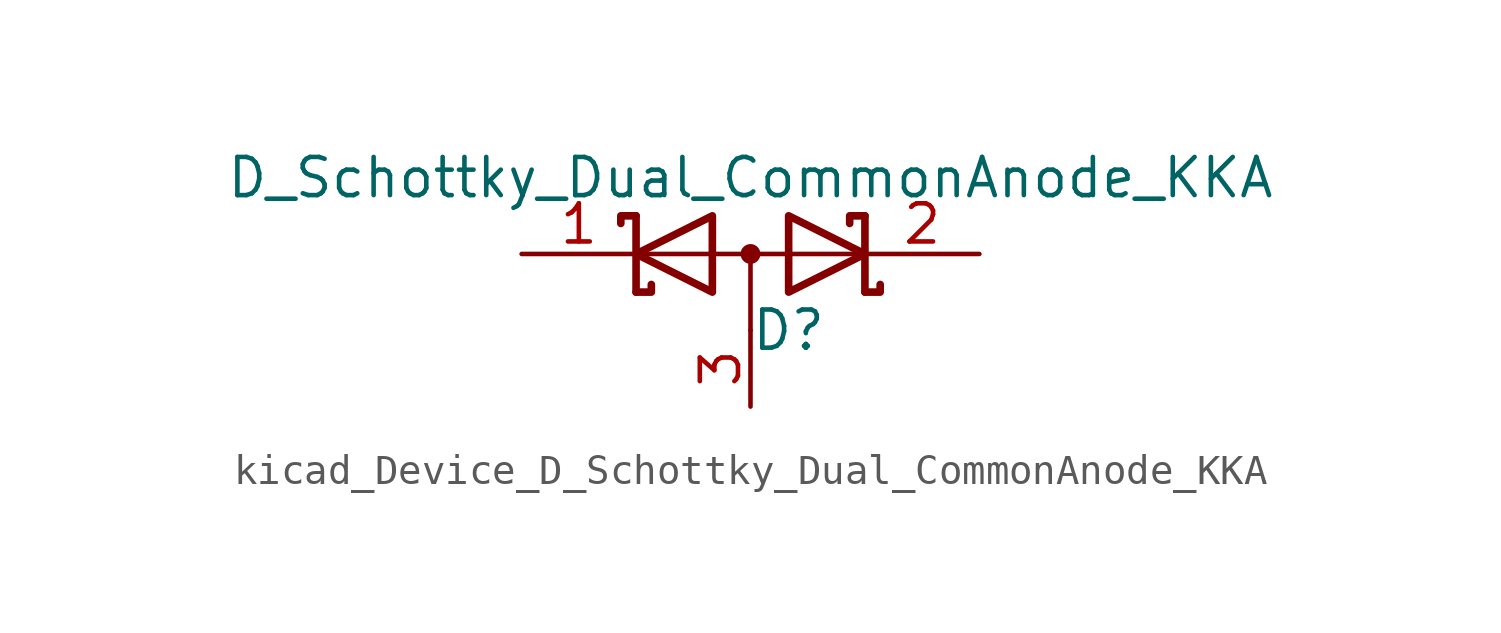
<source format=kicad_sym>
(kicad_symbol_lib
  (version 20220914)
  (generator kicad_symbol_editor)
  (symbol "kicad_Device_D_Schottky_Dual_CommonAnode_KKA"
    (pin_names
      (offset 0.762) hide)
    (property "Reference" "D"
      (at 1.27 -2.54 0)
      (effects (font (size 1.27 1.27))))
    (property "Value" "D_Schottky_Dual_CommonAnode_KKA"
      (at 0 2.54 0)
      (effects (font (size 1.27 1.27))))
    (symbol "kicad_Device_D_Schottky_Dual_CommonAnode_KKA_0_1"
      (polyline (pts (xy -3.556 0) (xy 3.81 0)) (stroke (width 0) (type default)) (fill (type none)))
      (polyline (pts (xy 0 0) (xy 0 -2.54)) (stroke (width 0) (type default)) (fill (type none)))
      (polyline (pts (xy -3.81 1.27) (xy -3.81 -1.27) (xy -3.81 -1.27)) (stroke (width 0.254) (type default)) (fill (type none)))
      (polyline (pts (xy 3.81 1.27) (xy 3.81 -1.27) (xy 3.81 -1.27)) (stroke (width 0.254) (type default)) (fill (type none)))
      (polyline (pts (xy -3.81 1.27) (xy -4.318 1.27) (xy -4.318 1.016) (xy -4.318 1.016)) (stroke (width 0.254) (type default)) (fill (type none)))
      (polyline (pts (xy 3.81 -1.27) (xy 4.318 -1.27) (xy 4.318 -1.016) (xy 4.318 -1.016)) (stroke (width 0.254) (type default)) (fill (type none)))
      (polyline (pts (xy 3.81 1.27) (xy 3.302 1.27) (xy 3.302 1.016) (xy 3.302 1.016)) (stroke (width 0.254) (type default)) (fill (type none)))
      (polyline (pts (xy -3.302 -1.016) (xy -3.302 -1.27) (xy -3.81 -1.27) (xy -3.81 -1.27) (xy -3.81 -1.27)) (stroke (width 0.254) (type default)) (fill (type none)))
      (polyline (pts (xy -1.27 -1.27) (xy -3.81 0) (xy -1.27 1.27) (xy -1.27 -1.27) (xy -1.27 -1.27) (xy -1.27 -1.27)) (stroke (width 0.254) (type default)) (fill (type none)))
      (polyline (pts (xy 1.27 1.27) (xy 3.81 0) (xy 1.27 -1.27) (xy 1.27 1.27) (xy 1.27 1.27) (xy 1.27 1.27)) (stroke (width 0.254) (type default)) (fill (type none)))
      (circle (center 0 0) (radius 0.254) (stroke (width 0) (type default)) (fill (type outline)))
      (pin passive line (at -7.62 0 0) (length 3.81) (name "K" (effects (font (size 1.27 1.27)))) (number "1" (effects (font (size 1.27 1.27)))))
      (pin passive line (at 7.62 0 180) (length 3.81) (name "K" (effects (font (size 1.27 1.27)))) (number "2" (effects (font (size 1.27 1.27)))))
      (pin passive line (at 0 -5.08 90) (length 2.54) (name "A" (effects (font (size 1.27 1.27)))) (number "3" (effects (font (size 1.27 1.27))))))))
</source>
